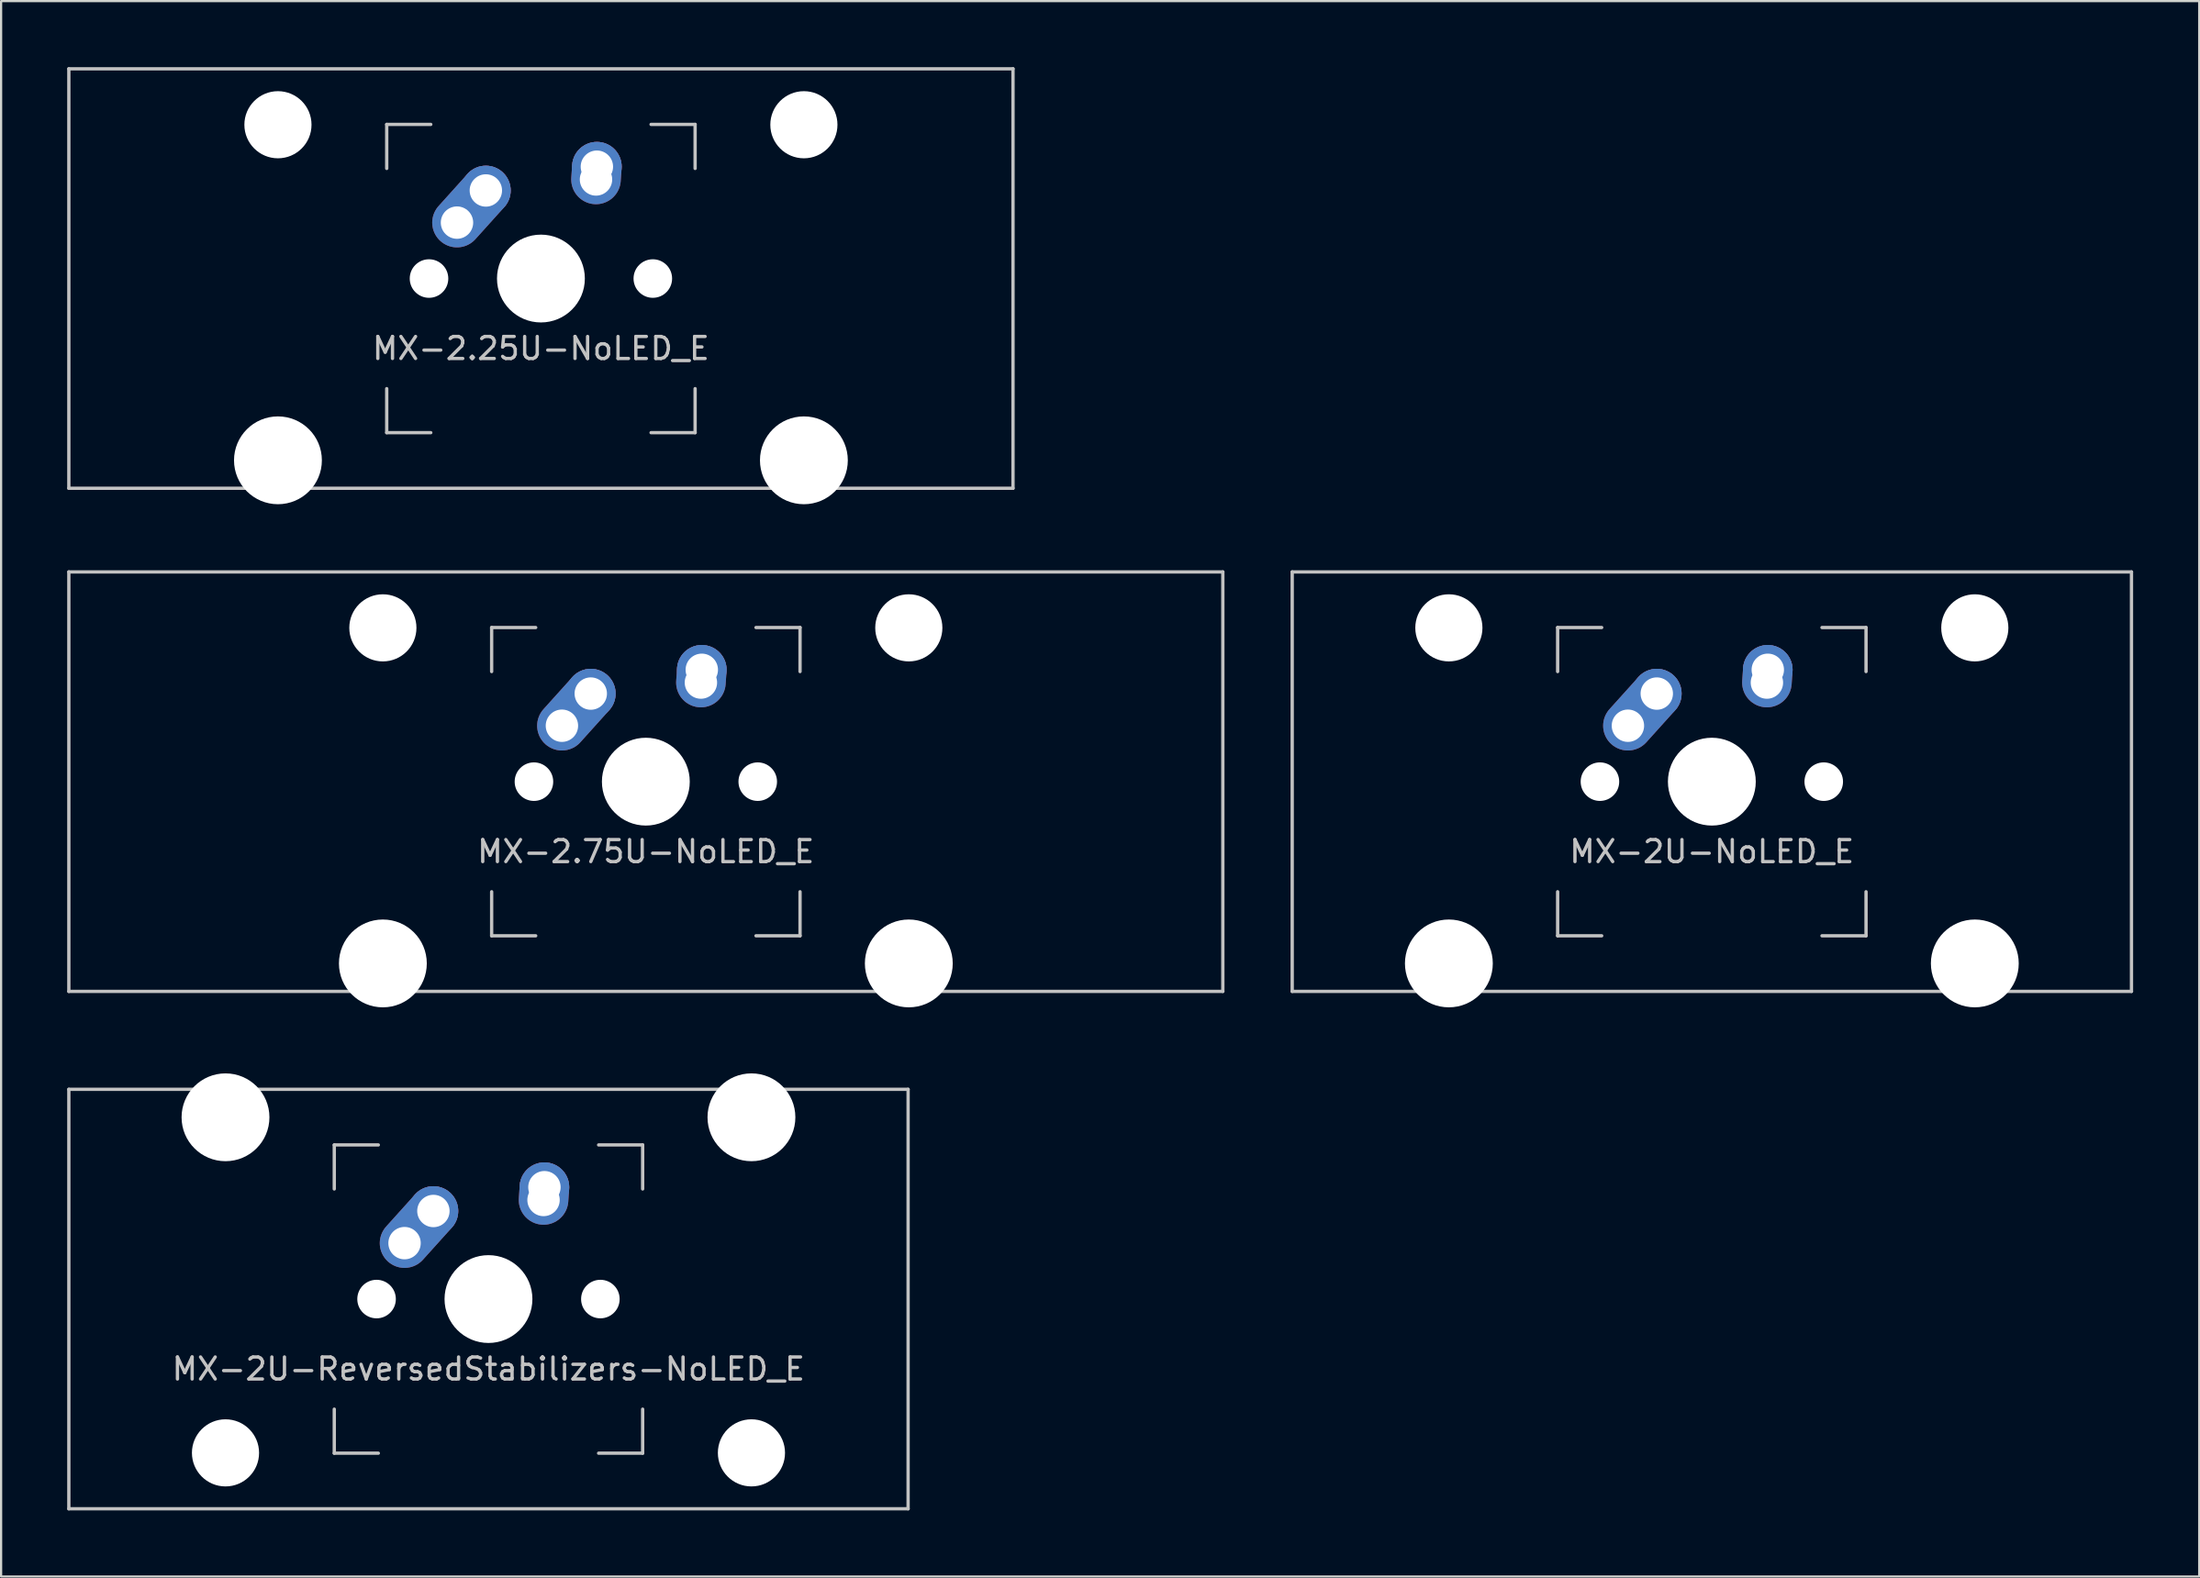
<source format=kicad_pcb>
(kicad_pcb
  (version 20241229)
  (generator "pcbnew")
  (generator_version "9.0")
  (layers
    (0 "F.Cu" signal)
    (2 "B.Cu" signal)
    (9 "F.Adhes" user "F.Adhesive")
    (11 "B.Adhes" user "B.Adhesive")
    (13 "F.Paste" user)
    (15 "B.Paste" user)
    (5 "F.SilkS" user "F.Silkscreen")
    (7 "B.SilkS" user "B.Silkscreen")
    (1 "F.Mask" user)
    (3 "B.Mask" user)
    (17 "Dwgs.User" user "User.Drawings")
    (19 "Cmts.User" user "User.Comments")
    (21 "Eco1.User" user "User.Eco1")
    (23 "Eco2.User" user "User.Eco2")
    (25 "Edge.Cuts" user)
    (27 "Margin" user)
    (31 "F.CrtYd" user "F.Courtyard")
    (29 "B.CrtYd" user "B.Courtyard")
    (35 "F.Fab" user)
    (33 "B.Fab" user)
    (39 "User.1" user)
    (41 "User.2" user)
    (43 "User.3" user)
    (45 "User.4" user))
  (footprint "MX-2U-ReversedStabilizers-NoLED_E"
    (layer "F.Cu")
    (at 19.125 55.947)
    (property "Reference" "MX-2U-ReversedStabilizers-NoLED_E" (at 0 3.175 0) (layer "Dwgs.User") (effects (font (size 1 1) (thickness 0.15))))
    (attr through_hole)
    (fp_line (start -19.05 -9.525) (end 19.05 -9.525) (stroke (width 0.15) (type solid)) (layer "Dwgs.User"))
    (fp_line (start -19.05 9.525) (end -19.05 -9.525) (stroke (width 0.15) (type solid)) (layer "Dwgs.User"))
    (fp_line (start -19.05 9.525) (end 19.05 9.525) (stroke (width 0.15) (type solid)) (layer "Dwgs.User"))
    (fp_line (start -7 -7) (end -7 -5) (stroke (width 0.15) (type solid)) (layer "Dwgs.User"))
    (fp_line (start -7 5) (end -7 7) (stroke (width 0.15) (type solid)) (layer "Dwgs.User"))
    (fp_line (start -7 7) (end -5 7) (stroke (width 0.15) (type solid)) (layer "Dwgs.User"))
    (fp_line (start -5 -7) (end -7 -7) (stroke (width 0.15) (type solid)) (layer "Dwgs.User"))
    (fp_line (start 5 -7) (end 7 -7) (stroke (width 0.15) (type solid)) (layer "Dwgs.User"))
    (fp_line (start 5 7) (end 7 7) (stroke (width 0.15) (type solid)) (layer "Dwgs.User"))
    (fp_line (start 7 -7) (end 7 -5) (stroke (width 0.15) (type solid)) (layer "Dwgs.User"))
    (fp_line (start 7 7) (end 7 5) (stroke (width 0.15) (type solid)) (layer "Dwgs.User"))
    (fp_line (start 19.05 -9.525) (end 19.05 9.525) (stroke (width 0.15) (type solid)) (layer "Dwgs.User"))
    (pad "" np_thru_hole circle (at -11.938 -8.255) (size 3.988 3.988) (drill 3.988) (layers "*.Cu" "*.Mask"))
    (pad "" np_thru_hole circle (at -11.938 6.985) (size 3.048 3.048) (drill 3.048) (layers "*.Cu" "*.Mask"))
    (pad "" np_thru_hole circle (at -5.08 0 48.1) (size 1.75 1.75) (drill 1.75) (layers "*.Cu" "*.Mask"))
    (pad "" np_thru_hole circle (at 0 0) (size 3.988 3.988) (drill 3.988) (layers "*.Cu" "*.Mask"))
    (pad "" np_thru_hole circle (at 5.08 0 48.1) (size 1.75 1.75) (drill 1.75) (layers "*.Cu" "*.Mask"))
    (pad "" np_thru_hole circle (at 11.938 -8.255) (size 3.988 3.988) (drill 3.988) (layers "*.Cu" "*.Mask"))
    (pad "" np_thru_hole circle (at 11.938 6.985) (size 3.048 3.048) (drill 3.048) (layers "*.Cu" "*.Mask"))
    (pad "1" thru_hole oval (at 2.5 -4.5 86) (size 2.831 2.25) (drill 1.47 (offset 0.291 0)) (layers "*.Cu" "B.Mask"))
    (pad "1" thru_hole circle (at 2.54 -5.08) (size 2.25 2.25) (drill 1.47) (layers "*.Cu" "B.Mask"))
    (pad "2" thru_hole oval (at -3.81 -2.54 48) (size 4.212 2.25) (drill 1.47 (offset 0.981 0)) (layers "*.Cu" "B.Mask"))
    (pad "2" thru_hole circle (at -2.5 -4) (size 2.25 2.25) (drill 1.47) (layers "*.Cu" "B.Mask")))
  (footprint "MX-2.25U-NoLED_E"
    (layer "F.Cu")
    (at 21.506 9.6)
    (property "Reference" "MX-2.25U-NoLED_E" (at 0 3.175 0) (layer "Dwgs.User") (effects (font (size 1 1) (thickness 0.15))))
    (attr through_hole)
    (fp_line (start -21.431 -9.525) (end 21.431 -9.525) (stroke (width 0.15) (type solid)) (layer "Dwgs.User"))
    (fp_line (start -21.431 9.525) (end -21.431 -9.525) (stroke (width 0.15) (type solid)) (layer "Dwgs.User"))
    (fp_line (start -21.431 9.525) (end 21.431 9.525) (stroke (width 0.15) (type solid)) (layer "Dwgs.User"))
    (fp_line (start -7 -7) (end -7 -5) (stroke (width 0.15) (type solid)) (layer "Dwgs.User"))
    (fp_line (start -7 5) (end -7 7) (stroke (width 0.15) (type solid)) (layer "Dwgs.User"))
    (fp_line (start -7 7) (end -5 7) (stroke (width 0.15) (type solid)) (layer "Dwgs.User"))
    (fp_line (start -5 -7) (end -7 -7) (stroke (width 0.15) (type solid)) (layer "Dwgs.User"))
    (fp_line (start 5 -7) (end 7 -7) (stroke (width 0.15) (type solid)) (layer "Dwgs.User"))
    (fp_line (start 5 7) (end 7 7) (stroke (width 0.15) (type solid)) (layer "Dwgs.User"))
    (fp_line (start 7 -7) (end 7 -5) (stroke (width 0.15) (type solid)) (layer "Dwgs.User"))
    (fp_line (start 7 7) (end 7 5) (stroke (width 0.15) (type solid)) (layer "Dwgs.User"))
    (fp_line (start 21.431 -9.525) (end 21.431 9.525) (stroke (width 0.15) (type solid)) (layer "Dwgs.User"))
    (pad "" np_thru_hole circle (at -11.938 -6.985) (size 3.048 3.048) (drill 3.048) (layers "*.Cu" "*.Mask"))
    (pad "" np_thru_hole circle (at -11.938 8.255) (size 3.988 3.988) (drill 3.988) (layers "*.Cu" "*.Mask"))
    (pad "" np_thru_hole circle (at -5.08 0 48.1) (size 1.75 1.75) (drill 1.75) (layers "*.Cu" "*.Mask"))
    (pad "" np_thru_hole circle (at 0 0) (size 3.988 3.988) (drill 3.988) (layers "*.Cu" "*.Mask"))
    (pad "" np_thru_hole circle (at 5.08 0 48.1) (size 1.75 1.75) (drill 1.75) (layers "*.Cu" "*.Mask"))
    (pad "" np_thru_hole circle (at 11.938 -6.985) (size 3.048 3.048) (drill 3.048) (layers "*.Cu" "*.Mask"))
    (pad "" np_thru_hole circle (at 11.938 8.255) (size 3.988 3.988) (drill 3.988) (layers "*.Cu" "*.Mask"))
    (pad "1" thru_hole oval (at 2.5 -4.5 86) (size 2.831 2.25) (drill 1.47 (offset 0.291 0)) (layers "*.Cu" "B.Mask"))
    (pad "1" thru_hole circle (at 2.54 -5.08) (size 2.25 2.25) (drill 1.47) (layers "*.Cu" "B.Mask"))
    (pad "2" thru_hole oval (at -3.81 -2.54 48) (size 4.212 2.25) (drill 1.47 (offset 0.981 0)) (layers "*.Cu" "B.Mask"))
    (pad "2" thru_hole circle (at -2.5 -4) (size 2.25 2.25) (drill 1.47) (layers "*.Cu" "B.Mask")))
  (footprint "MX-2U-NoLED_E"
    (layer "F.Cu")
    (at 74.662 32.449)
    (property "Reference" "MX-2U-NoLED_E" (at 0 3.175 0) (layer "Dwgs.User") (effects (font (size 1 1) (thickness 0.15))))
    (attr through_hole)
    (fp_line (start -19.05 -9.525) (end 19.05 -9.525) (stroke (width 0.15) (type solid)) (layer "Dwgs.User"))
    (fp_line (start -19.05 9.525) (end -19.05 -9.525) (stroke (width 0.15) (type solid)) (layer "Dwgs.User"))
    (fp_line (start -19.05 9.525) (end 19.05 9.525) (stroke (width 0.15) (type solid)) (layer "Dwgs.User"))
    (fp_line (start -7 -7) (end -7 -5) (stroke (width 0.15) (type solid)) (layer "Dwgs.User"))
    (fp_line (start -7 5) (end -7 7) (stroke (width 0.15) (type solid)) (layer "Dwgs.User"))
    (fp_line (start -7 7) (end -5 7) (stroke (width 0.15) (type solid)) (layer "Dwgs.User"))
    (fp_line (start -5 -7) (end -7 -7) (stroke (width 0.15) (type solid)) (layer "Dwgs.User"))
    (fp_line (start 5 -7) (end 7 -7) (stroke (width 0.15) (type solid)) (layer "Dwgs.User"))
    (fp_line (start 5 7) (end 7 7) (stroke (width 0.15) (type solid)) (layer "Dwgs.User"))
    (fp_line (start 7 -7) (end 7 -5) (stroke (width 0.15) (type solid)) (layer "Dwgs.User"))
    (fp_line (start 7 7) (end 7 5) (stroke (width 0.15) (type solid)) (layer "Dwgs.User"))
    (fp_line (start 19.05 -9.525) (end 19.05 9.525) (stroke (width 0.15) (type solid)) (layer "Dwgs.User"))
    (pad "" np_thru_hole circle (at -11.938 -6.985) (size 3.048 3.048) (drill 3.048) (layers "*.Cu" "*.Mask"))
    (pad "" np_thru_hole circle (at -11.938 8.255) (size 3.988 3.988) (drill 3.988) (layers "*.Cu" "*.Mask"))
    (pad "" np_thru_hole circle (at -5.08 0 48.1) (size 1.75 1.75) (drill 1.75) (layers "*.Cu" "*.Mask"))
    (pad "" np_thru_hole circle (at 0 0) (size 3.988 3.988) (drill 3.988) (layers "*.Cu" "*.Mask"))
    (pad "" np_thru_hole circle (at 5.08 0 48.1) (size 1.75 1.75) (drill 1.75) (layers "*.Cu" "*.Mask"))
    (pad "" np_thru_hole circle (at 11.938 -6.985) (size 3.048 3.048) (drill 3.048) (layers "*.Cu" "*.Mask"))
    (pad "" np_thru_hole circle (at 11.938 8.255) (size 3.988 3.988) (drill 3.988) (layers "*.Cu" "*.Mask"))
    (pad "1" thru_hole oval (at 2.5 -4.5 86) (size 2.831 2.25) (drill 1.47 (offset 0.291 0)) (layers "*.Cu" "B.Mask"))
    (pad "1" thru_hole circle (at 2.54 -5.08) (size 2.25 2.25) (drill 1.47) (layers "*.Cu" "B.Mask"))
    (pad "2" thru_hole oval (at -3.81 -2.54 48) (size 4.212 2.25) (drill 1.47 (offset 0.981 0)) (layers "*.Cu" "B.Mask"))
    (pad "2" thru_hole circle (at -2.5 -4) (size 2.25 2.25) (drill 1.47) (layers "*.Cu" "B.Mask")))
  (footprint "MX-2.75U-NoLED_E"
    (layer "F.Cu")
    (at 26.269 32.449)
    (property "Reference" "MX-2.75U-NoLED_E" (at 0 3.175 0) (layer "Dwgs.User") (effects (font (size 1 1) (thickness 0.15))))
    (attr through_hole)
    (fp_line (start -26.194 -9.525) (end 26.194 -9.525) (stroke (width 0.15) (type solid)) (layer "Dwgs.User"))
    (fp_line (start -26.194 9.525) (end -26.194 -9.525) (stroke (width 0.15) (type solid)) (layer "Dwgs.User"))
    (fp_line (start -26.194 9.525) (end 26.194 9.525) (stroke (width 0.15) (type solid)) (layer "Dwgs.User"))
    (fp_line (start -7 -7) (end -7 -5) (stroke (width 0.15) (type solid)) (layer "Dwgs.User"))
    (fp_line (start -7 5) (end -7 7) (stroke (width 0.15) (type solid)) (layer "Dwgs.User"))
    (fp_line (start -7 7) (end -5 7) (stroke (width 0.15) (type solid)) (layer "Dwgs.User"))
    (fp_line (start -5 -7) (end -7 -7) (stroke (width 0.15) (type solid)) (layer "Dwgs.User"))
    (fp_line (start 5 -7) (end 7 -7) (stroke (width 0.15) (type solid)) (layer "Dwgs.User"))
    (fp_line (start 5 7) (end 7 7) (stroke (width 0.15) (type solid)) (layer "Dwgs.User"))
    (fp_line (start 7 -7) (end 7 -5) (stroke (width 0.15) (type solid)) (layer "Dwgs.User"))
    (fp_line (start 7 7) (end 7 5) (stroke (width 0.15) (type solid)) (layer "Dwgs.User"))
    (fp_line (start 26.194 -9.525) (end 26.194 9.525) (stroke (width 0.15) (type solid)) (layer "Dwgs.User"))
    (pad "" np_thru_hole circle (at -11.938 -6.985) (size 3.048 3.048) (drill 3.048) (layers "*.Cu" "*.Mask"))
    (pad "" np_thru_hole circle (at -11.938 8.255) (size 3.988 3.988) (drill 3.988) (layers "*.Cu" "*.Mask"))
    (pad "" np_thru_hole circle (at -5.08 0 48.1) (size 1.75 1.75) (drill 1.75) (layers "*.Cu" "*.Mask"))
    (pad "" np_thru_hole circle (at 0 0) (size 3.988 3.988) (drill 3.988) (layers "*.Cu" "*.Mask"))
    (pad "" np_thru_hole circle (at 5.08 0 48.1) (size 1.75 1.75) (drill 1.75) (layers "*.Cu" "*.Mask"))
    (pad "" np_thru_hole circle (at 11.938 -6.985) (size 3.048 3.048) (drill 3.048) (layers "*.Cu" "*.Mask"))
    (pad "" np_thru_hole circle (at 11.938 8.255) (size 3.988 3.988) (drill 3.988) (layers "*.Cu" "*.Mask"))
    (pad "1" thru_hole oval (at 2.5 -4.5 86) (size 2.831 2.25) (drill 1.47 (offset 0.291 0)) (layers "*.Cu" "B.Mask"))
    (pad "1" thru_hole circle (at 2.54 -5.08) (size 2.25 2.25) (drill 1.47) (layers "*.Cu" "B.Mask"))
    (pad "2" thru_hole oval (at -3.81 -2.54 48) (size 4.212 2.25) (drill 1.47 (offset 0.981 0)) (layers "*.Cu" "B.Mask"))
    (pad "2" thru_hole circle (at -2.5 -4) (size 2.25 2.25) (drill 1.47) (layers "*.Cu" "B.Mask")))
  (gr_rect
    (start -3 -3)
    (end 96.787 68.547)
    (stroke (width 0.1) (type default))
    (fill no)
    (layer "Edge.Cuts")))
</source>
